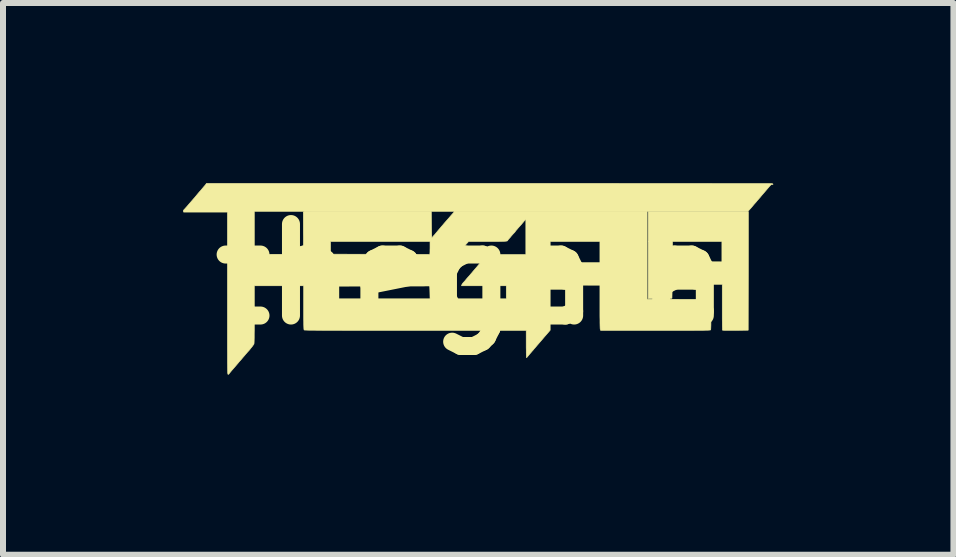
<source format=kicad_pcb>
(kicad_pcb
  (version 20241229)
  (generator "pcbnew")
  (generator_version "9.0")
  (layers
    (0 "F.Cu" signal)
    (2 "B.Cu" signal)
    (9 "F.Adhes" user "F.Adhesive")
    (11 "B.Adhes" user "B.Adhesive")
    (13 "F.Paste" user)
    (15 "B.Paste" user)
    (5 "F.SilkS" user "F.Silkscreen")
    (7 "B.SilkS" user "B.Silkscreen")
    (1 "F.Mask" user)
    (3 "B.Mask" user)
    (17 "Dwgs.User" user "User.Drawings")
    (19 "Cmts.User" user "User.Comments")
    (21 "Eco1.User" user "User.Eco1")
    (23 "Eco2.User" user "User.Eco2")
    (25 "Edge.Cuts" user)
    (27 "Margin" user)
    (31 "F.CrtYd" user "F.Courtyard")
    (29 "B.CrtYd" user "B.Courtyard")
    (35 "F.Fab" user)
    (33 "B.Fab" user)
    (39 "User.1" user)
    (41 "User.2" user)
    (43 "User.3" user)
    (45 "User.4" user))
  (footprint "thegala"
    (layer "F.Cu")
    (at 4.809 1.517)
    (property "Reference" "thegala" (at 0 0 0) (layer "F.SilkS") (effects (font (size 1.524 1.524) (thickness 0.3))))
    (attr through_hole)
    (fp_poly (pts (xy 4.607 -0.053) (xy 4.605 0.934) (xy 4.393 0.936) (xy 4.344 0.936) (xy 4.298 0.936) (xy 4.258 0.936) (xy 4.224 0.936) (xy 4.198 0.935) (xy 4.182 0.934) (xy 4.177 0.933) (xy 4.176 0.927) (xy 4.176 0.909) (xy 4.175 0.881) (xy 4.174 0.845) (xy 4.174 0.8) (xy 4.173 0.749) (xy 4.173 0.691) (xy 4.173 0.629) (xy 4.173 0.563) (xy 4.173 0.549) (xy 4.173 0.169) (xy 3.339 0.169) (xy 3.337 0.286) (xy 3.335 0.402) (xy 3.137 0.404) (xy 2.939 0.405) (xy 2.939 -0.544) (xy 3.344 -0.544) (xy 3.345 -0.37) (xy 3.345 -0.326) (xy 3.345 -0.287) (xy 3.346 -0.253) (xy 3.346 -0.227) (xy 3.347 -0.21) (xy 3.348 -0.203) (xy 3.348 -0.203) (xy 3.354 -0.204) (xy 3.373 -0.205) (xy 3.403 -0.206) (xy 3.446 -0.207) (xy 3.499 -0.207) (xy 3.564 -0.207) (xy 3.641 -0.207) (xy 3.728 -0.207) (xy 3.759 -0.207) (xy 4.167 -0.205) (xy 4.167 -0.544) (xy 3.344 -0.544) (xy 2.939 -0.544) (xy 2.939 -1.04) (xy 4.608 -1.04) (xy 4.607 -0.053)) (stroke (width 0.01) (type solid)) (fill yes) (layer "F.SilkS"))
    (fp_poly (pts (xy 0.519 -1.512) (xy 0.755 -1.512) (xy 0.987 -1.512) (xy 1.215 -1.512) (xy 1.44 -1.512) (xy 1.66 -1.512) (xy 1.877 -1.512) (xy 2.088 -1.512) (xy 2.295 -1.512) (xy 2.496 -1.511) (xy 2.692 -1.511) (xy 2.881 -1.511) (xy 3.065 -1.511) (xy 3.242 -1.511) (xy 3.413 -1.511) (xy 3.576 -1.511) (xy 3.733 -1.511) (xy 3.881 -1.511) (xy 4.022 -1.51) (xy 4.154 -1.51) (xy 4.278 -1.51) (xy 4.394 -1.51) (xy 4.5 -1.51) (xy 4.597 -1.51) (xy 4.684 -1.509) (xy 4.761 -1.509) (xy 4.828 -1.509) (xy 4.885 -1.509) (xy 4.93 -1.509) (xy 4.965 -1.509) (xy 4.988 -1.508) (xy 4.999 -1.508) (xy 5.001 -1.508) (xy 5.015 -1.503) (xy 5.019 -1.498) (xy 5.012 -1.494) (xy 5.003 -1.494) (xy 4.987 -1.49) (xy 4.972 -1.477) (xy 4.967 -1.471) (xy 4.953 -1.455) (xy 4.941 -1.44) (xy 4.937 -1.436) (xy 4.895 -1.387) (xy 4.86 -1.346) (xy 4.829 -1.31) (xy 4.826 -1.306) (xy 4.813 -1.291) (xy 4.803 -1.278) (xy 4.799 -1.274) (xy 4.792 -1.266) (xy 4.78 -1.252) (xy 4.764 -1.234) (xy 4.756 -1.225) (xy 4.74 -1.205) (xy 4.726 -1.189) (xy 4.716 -1.178) (xy 4.714 -1.176) (xy 4.707 -1.168) (xy 4.695 -1.154) (xy 4.681 -1.137) (xy 4.681 -1.137) (xy 4.662 -1.114) (xy 4.641 -1.09) (xy 4.627 -1.075) (xy 4.601 -1.046) (xy -3.623 -1.046) (xy -3.623 -0.33) (xy -3.219 -0.331) (xy -3.15 -0.331) (xy -3.085 -0.332) (xy -3.024 -0.332) (xy -2.969 -0.332) (xy -2.92 -0.332) (xy -2.879 -0.332) (xy -2.846 -0.332) (xy -2.823 -0.333) (xy -2.811 -0.333) (xy -2.809 -0.333) (xy -2.808 -0.339) (xy -2.807 -0.357) (xy -2.806 -0.387) (xy -2.805 -0.428) (xy -2.805 -0.481) (xy -2.804 -0.544) (xy -2.353 -0.544) (xy -2.353 -0.333) (xy -1.529 -0.331) (xy -1.43 -0.331) (xy -1.334 -0.331) (xy -1.243 -0.33) (xy -1.156 -0.33) (xy -1.074 -0.33) (xy -0.999 -0.33) (xy -0.931 -0.33) (xy -0.87 -0.329) (xy -0.817 -0.329) (xy -0.773 -0.329) (xy -0.739 -0.329) (xy -0.715 -0.328) (xy -0.702 -0.328) (xy -0.7 -0.328) (xy -0.699 -0.333) (xy -0.697 -0.349) (xy -0.696 -0.373) (xy -0.696 -0.403) (xy -0.695 -0.435) (xy -0.695 -0.544) (xy -2.353 -0.544) (xy -2.804 -0.544) (xy -2.804 -0.546) (xy -2.804 -0.622) (xy -2.805 -0.683) (xy -2.806 -1.033) (xy -2.781 -1.037) (xy -2.772 -1.037) (xy -2.752 -1.038) (xy -2.721 -1.038) (xy -2.679 -1.038) (xy -2.629 -1.039) (xy -2.569 -1.039) (xy -2.501 -1.039) (xy -2.425 -1.039) (xy -2.343 -1.039) (xy -2.254 -1.039) (xy -2.159 -1.039) (xy -2.06 -1.039) (xy -1.956 -1.039) (xy -1.848 -1.039) (xy -1.737 -1.039) (xy -1.714 -1.039) (xy -0.674 -1.037) (xy -0.671 -0.816) (xy -0.67 -0.752) (xy -0.669 -0.7) (xy -0.668 -0.66) (xy -0.666 -0.63) (xy -0.665 -0.612) (xy -0.663 -0.605) (xy -0.662 -0.606) (xy -0.655 -0.615) (xy -0.643 -0.63) (xy -0.632 -0.643) (xy -0.616 -0.66) (xy -0.602 -0.677) (xy -0.596 -0.685) (xy -0.583 -0.7) (xy -0.565 -0.722) (xy -0.542 -0.749) (xy -0.518 -0.777) (xy -0.505 -0.793) (xy -0.488 -0.812) (xy -0.468 -0.836) (xy -0.451 -0.856) (xy -0.436 -0.873) (xy -0.415 -0.897) (xy -0.391 -0.924) (xy -0.366 -0.953) (xy -0.355 -0.966) (xy -0.29 -1.04) (xy 2.921 -1.04) (xy 2.921 0.417) (xy 3.452 0.419) (xy 3.982 0.42) (xy 3.984 0.671) (xy 3.984 0.739) (xy 3.984 0.795) (xy 3.984 0.841) (xy 3.983 0.877) (xy 3.982 0.903) (xy 3.981 0.92) (xy 3.979 0.928) (xy 3.979 0.929) (xy 3.976 0.93) (xy 3.97 0.931) (xy 3.961 0.932) (xy 3.946 0.933) (xy 3.927 0.934) (xy 3.903 0.934) (xy 3.872 0.935) (xy 3.835 0.936) (xy 3.791 0.936) (xy 3.739 0.936) (xy 3.679 0.937) (xy 3.61 0.937) (xy 3.532 0.937) (xy 3.444 0.937) (xy 3.347 0.937) (xy 3.238 0.937) (xy 3.118 0.937) (xy 3.059 0.937) (xy 2.147 0.937) (xy 2.141 0.922) (xy 2.139 0.912) (xy 2.138 0.891) (xy 2.137 0.858) (xy 2.136 0.815) (xy 2.136 0.762) (xy 2.135 0.7) (xy 2.135 0.629) (xy 2.135 0.549) (xy 2.135 0.545) (xy 2.135 0.184) (xy 1.721 0.183) (xy 1.306 0.181) (xy 1.306 0.558) (xy 1.306 0.934) (xy 1.251 0.998) (xy 1.216 1.038) (xy 1.181 1.079) (xy 1.147 1.119) (xy 1.116 1.155) (xy 1.088 1.187) (xy 1.066 1.213) (xy 1.05 1.232) (xy 1.048 1.234) (xy 1.039 1.244) (xy 1.025 1.262) (xy 1.006 1.283) (xy 0.989 1.303) (xy 0.969 1.326) (xy 0.951 1.348) (xy 0.937 1.365) (xy 0.929 1.374) (xy 0.92 1.385) (xy 0.913 1.391) (xy 0.912 1.391) (xy 0.911 1.385) (xy 0.91 1.369) (xy 0.909 1.342) (xy 0.908 1.308) (xy 0.908 1.267) (xy 0.907 1.221) (xy 0.907 1.17) (xy 0.907 1.164) (xy 0.907 0.937) (xy -0.939 0.937) (xy -1.125 0.937) (xy -1.299 0.937) (xy -1.461 0.937) (xy -1.612 0.937) (xy -1.753 0.937) (xy -1.882 0.937) (xy -2.002 0.937) (xy -2.112 0.937) (xy -2.212 0.936) (xy -2.303 0.936) (xy -2.385 0.936) (xy -2.459 0.936) (xy -2.524 0.935) (xy -2.582 0.935) (xy -2.631 0.934) (xy -2.674 0.934) (xy -2.709 0.934) (xy -2.738 0.933) (xy -2.76 0.932) (xy -2.776 0.932) (xy -2.787 0.931) (xy -2.792 0.93) (xy -2.793 0.93) (xy -2.794 0.925) (xy -2.796 0.915) (xy -2.797 0.897) (xy -2.798 0.871) (xy -2.799 0.837) (xy -2.799 0.795) (xy -2.8 0.742) (xy -2.8 0.679) (xy -2.8 0.606) (xy -2.8 0.558) (xy -2.8 0.2) (xy -2.353 0.2) (xy -2.353 0.411) (xy -0.695 0.411) (xy -0.254 0.411) (xy 0.575 0.411) (xy 0.575 0.194) (xy -0.17 0.194) (xy -0.166 0.178) (xy -0.159 0.165) (xy -0.148 0.149) (xy -0.14 0.14) (xy -0.122 0.121) (xy -0.103 0.099) (xy -0.097 0.091) (xy -0.081 0.072) (xy -0.062 0.05) (xy -0.048 0.035) (xy -0.034 0.019) (xy -0.023 0.006) (xy -0.013 -0.006) (xy 0.000207 -0.021) (xy 0.018 -0.042) (xy 0.018 -0.043) (xy 0.031 -0.058) (xy 0.042 -0.07) (xy 0.045 -0.075) (xy 0.059 -0.09) (xy 0.076 -0.11) (xy 0.094 -0.131) (xy 0.11 -0.151) (xy 0.124 -0.166) (xy 0.131 -0.175) (xy 0.144 -0.19) (xy 0.154 -0.202) (xy 0.164 -0.213) (xy 0.179 -0.23) (xy 0.194 -0.248) (xy 0.212 -0.269) (xy 0.231 -0.29) (xy 0.244 -0.304) (xy 0.265 -0.327) (xy 0.901 -0.327) (xy 0.901 -0.544) (xy 1.306 -0.544) (xy 1.306 -0.37) (xy 1.306 -0.325) (xy 1.307 -0.285) (xy 1.307 -0.25) (xy 1.307 -0.222) (xy 1.308 -0.202) (xy 1.309 -0.193) (xy 1.309 -0.193) (xy 1.315 -0.193) (xy 1.333 -0.192) (xy 1.36 -0.192) (xy 1.397 -0.191) (xy 1.442 -0.191) (xy 1.494 -0.191) (xy 1.552 -0.191) (xy 1.615 -0.191) (xy 1.682 -0.191) (xy 1.723 -0.191) (xy 2.135 -0.191) (xy 2.135 -0.544) (xy 1.306 -0.544) (xy 0.901 -0.544) (xy 0.901 -0.916) (xy 0.881 -0.894) (xy 0.866 -0.876) (xy 0.851 -0.858) (xy 0.847 -0.854) (xy 0.833 -0.836) (xy 0.817 -0.818) (xy 0.814 -0.815) (xy 0.8 -0.799) (xy 0.782 -0.779) (xy 0.768 -0.763) (xy 0.753 -0.745) (xy 0.741 -0.731) (xy 0.733 -0.723) (xy 0.727 -0.714) (xy 0.726 -0.711) (xy 0.722 -0.705) (xy 0.712 -0.693) (xy 0.701 -0.682) (xy 0.683 -0.663) (xy 0.665 -0.642) (xy 0.657 -0.633) (xy 0.641 -0.613) (xy 0.623 -0.593) (xy 0.618 -0.588) (xy 0.607 -0.574) (xy 0.6 -0.565) (xy 0.599 -0.562) (xy 0.598 -0.558) (xy 0.594 -0.555) (xy 0.586 -0.552) (xy 0.573 -0.55) (xy 0.555 -0.548) (xy 0.53 -0.547) (xy 0.498 -0.546) (xy 0.458 -0.545) (xy 0.409 -0.545) (xy 0.349 -0.544) (xy 0.279 -0.544) (xy 0.257 -0.544) (xy -0.053 -0.544) (xy -0.079 -0.515) (xy -0.098 -0.494) (xy -0.116 -0.472) (xy -0.127 -0.46) (xy -0.145 -0.439) (xy -0.158 -0.423) (xy -0.17 -0.409) (xy -0.183 -0.394) (xy -0.195 -0.38) (xy -0.212 -0.361) (xy -0.228 -0.342) (xy -0.238 -0.33) (xy -0.254 -0.311) (xy -0.254 0.411) (xy -0.695 0.411) (xy -0.697 0.304) (xy -0.698 0.263) (xy -0.699 0.233) (xy -0.7 0.213) (xy -0.703 0.202) (xy -0.705 0.197) (xy -0.706 0.197) (xy -0.713 0.197) (xy -0.731 0.197) (xy -0.76 0.197) (xy -0.799 0.198) (xy -0.847 0.198) (xy -0.904 0.198) (xy -0.969 0.198) (xy -1.04 0.198) (xy -1.119 0.198) (xy -1.203 0.198) (xy -1.292 0.198) (xy -1.385 0.198) (xy -1.482 0.199) (xy -1.533 0.199) (xy -2.353 0.2) (xy -2.8 0.2) (xy -2.8 0.194) (xy -3.623 0.194) (xy -3.623 0.671) (xy -3.623 0.768) (xy -3.623 0.855) (xy -3.623 0.932) (xy -3.624 0.998) (xy -3.624 1.054) (xy -3.625 1.099) (xy -3.626 1.132) (xy -3.627 1.154) (xy -3.629 1.164) (xy -3.629 1.164) (xy -3.634 1.173) (xy -3.646 1.189) (xy -3.661 1.21) (xy -3.679 1.232) (xy -3.697 1.255) (xy -3.713 1.274) (xy -3.727 1.289) (xy -3.732 1.294) (xy -3.737 1.3) (xy -3.748 1.313) (xy -3.764 1.331) (xy -3.783 1.354) (xy -3.789 1.361) (xy -3.809 1.384) (xy -3.827 1.405) (xy -3.84 1.421) (xy -3.848 1.43) (xy -3.849 1.431) (xy -3.856 1.439) (xy -3.868 1.452) (xy -3.883 1.47) (xy -3.896 1.486) (xy -3.915 1.508) (xy -3.938 1.535) (xy -3.963 1.564) (xy -3.975 1.578) (xy -3.998 1.604) (xy -4.017 1.627) (xy -4.032 1.645) (xy -4.042 1.658) (xy -4.044 1.662) (xy -4.052 1.668) (xy -4.059 1.669) (xy -4.06 1.669) (xy -4.061 1.668) (xy -4.062 1.666) (xy -4.063 1.662) (xy -4.064 1.656) (xy -4.065 1.647) (xy -4.066 1.636) (xy -4.066 1.62) (xy -4.067 1.601) (xy -4.067 1.578) (xy -4.068 1.549) (xy -4.068 1.515) (xy -4.069 1.475) (xy -4.069 1.429) (xy -4.069 1.376) (xy -4.069 1.315) (xy -4.07 1.247) (xy -4.07 1.171) (xy -4.07 1.086) (xy -4.07 0.992) (xy -4.07 0.888) (xy -4.07 0.774) (xy -4.07 0.65) (xy -4.07 0.514) (xy -4.07 0.367) (xy -4.07 -1.034) (xy -4.8 -1.034) (xy -4.804 -1.047) (xy -4.803 -1.062) (xy -4.792 -1.076) (xy -4.78 -1.088) (xy -4.764 -1.106) (xy -4.746 -1.126) (xy -4.745 -1.127) (xy -4.727 -1.148) (xy -4.705 -1.174) (xy -4.682 -1.2) (xy -4.672 -1.212) (xy -4.654 -1.232) (xy -4.64 -1.249) (xy -4.63 -1.26) (xy -4.626 -1.264) (xy -4.621 -1.27) (xy -4.611 -1.282) (xy -4.597 -1.299) (xy -4.596 -1.3) (xy -4.579 -1.321) (xy -4.558 -1.346) (xy -4.537 -1.371) (xy -4.532 -1.376) (xy -4.514 -1.396) (xy -4.498 -1.415) (xy -4.487 -1.429) (xy -4.484 -1.432) (xy -4.472 -1.446) (xy -4.458 -1.463) (xy -4.455 -1.466) (xy -4.442 -1.481) (xy -4.43 -1.496) (xy -4.429 -1.498) (xy -4.419 -1.512) (xy 0.281 -1.512) (xy 0.519 -1.512)) (stroke (width 0.01) (type solid)) (fill yes) (layer "F.SilkS")))
  (gr_rect
    (start -3 -3)
    (end 12.833 6.191)
    (stroke (width 0.1) (type default))
    (fill no)
    (layer "Edge.Cuts")))
</source>
